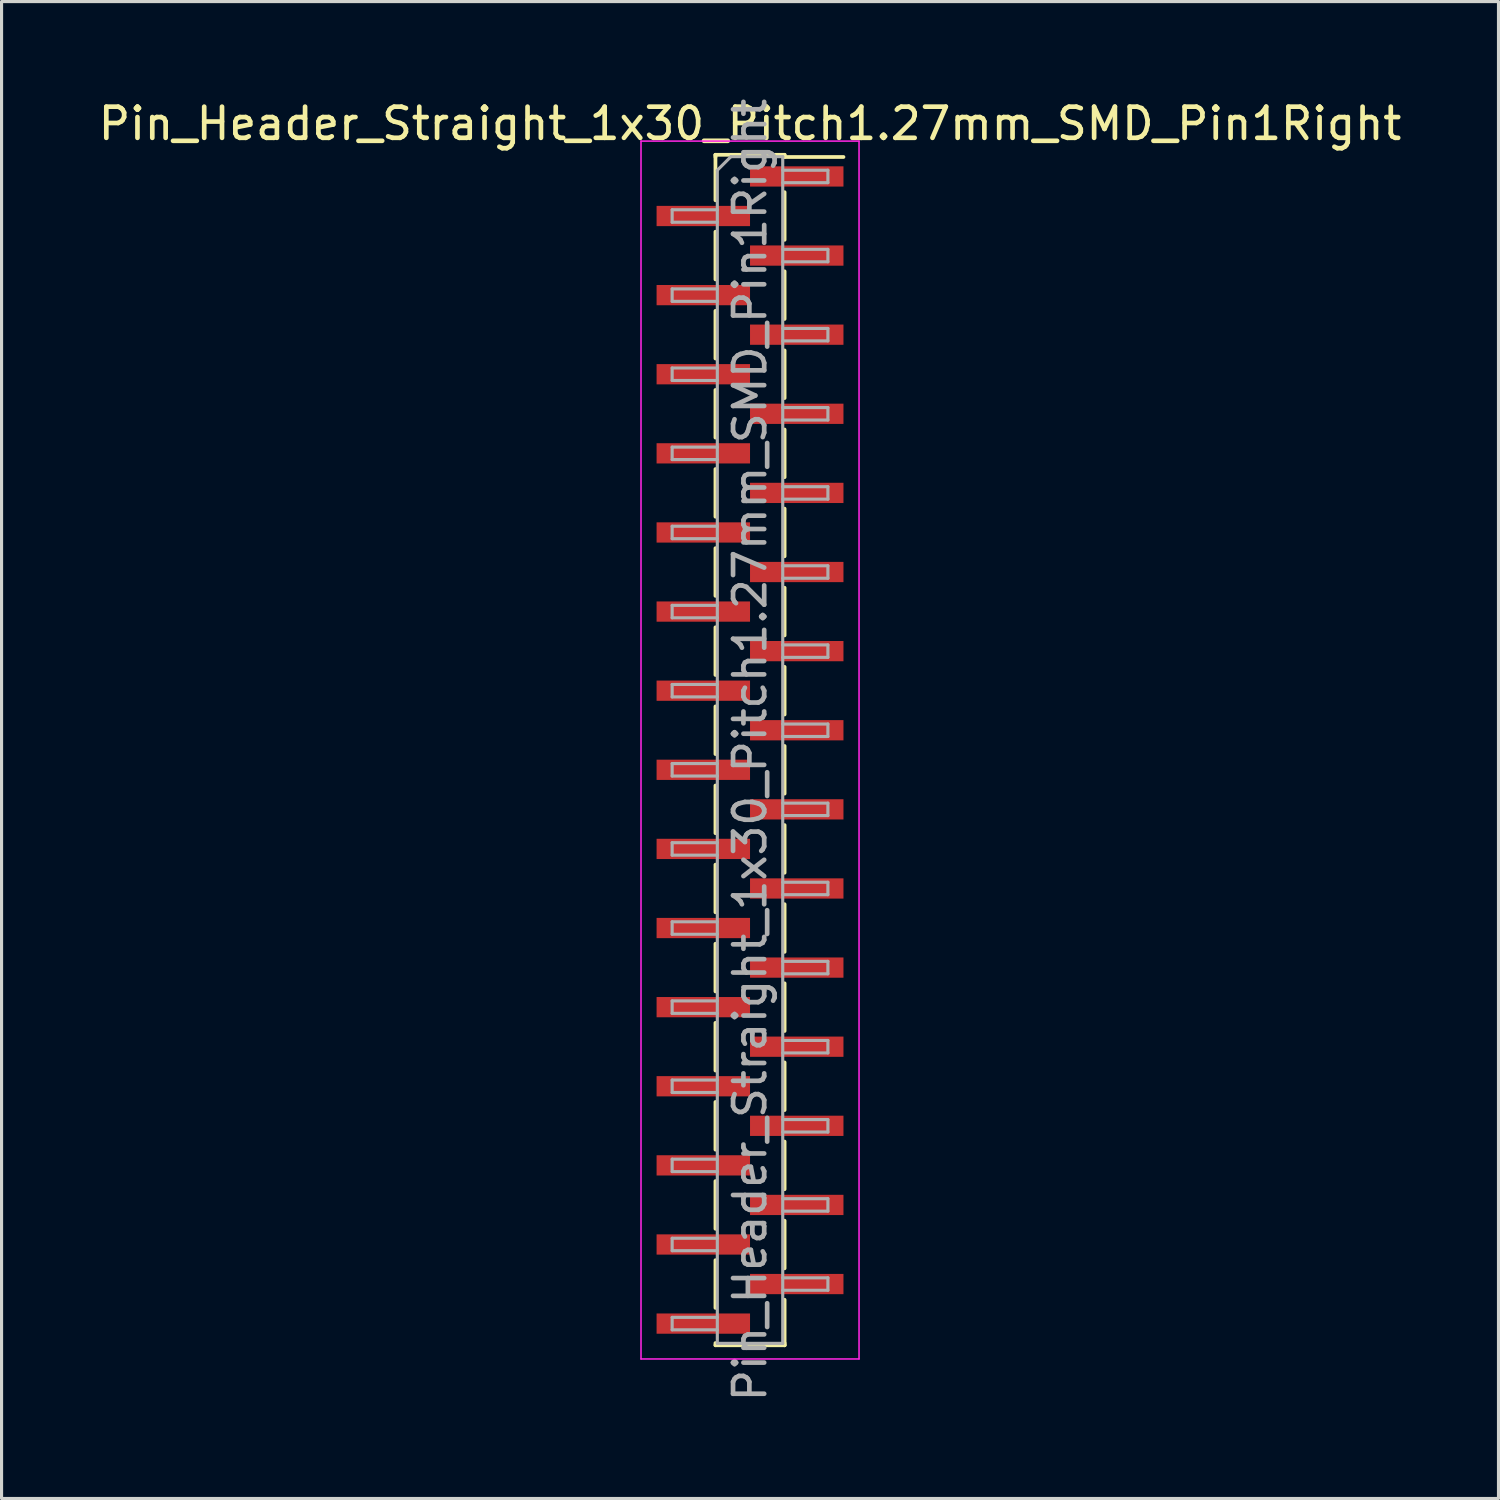
<source format=kicad_pcb>
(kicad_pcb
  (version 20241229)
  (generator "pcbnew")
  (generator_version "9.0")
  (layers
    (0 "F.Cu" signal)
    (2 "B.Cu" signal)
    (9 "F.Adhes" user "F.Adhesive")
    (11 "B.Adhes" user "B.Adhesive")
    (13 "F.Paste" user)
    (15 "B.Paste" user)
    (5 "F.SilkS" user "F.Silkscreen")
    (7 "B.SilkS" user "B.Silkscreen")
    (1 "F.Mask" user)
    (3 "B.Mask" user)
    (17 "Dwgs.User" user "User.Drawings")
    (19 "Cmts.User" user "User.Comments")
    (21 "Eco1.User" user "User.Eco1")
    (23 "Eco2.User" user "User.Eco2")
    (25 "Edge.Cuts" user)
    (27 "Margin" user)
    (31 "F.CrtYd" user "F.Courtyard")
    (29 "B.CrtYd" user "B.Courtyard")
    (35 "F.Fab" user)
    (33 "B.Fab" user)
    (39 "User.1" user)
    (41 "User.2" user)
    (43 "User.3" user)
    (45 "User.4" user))
  (footprint "Pin_Header_Straight_1x30_Pitch1.27mm_SMD_Pin1Right"
    (layer "F.Cu")
    (at 21.03 21.03)
    (property "Reference" "Pin_Header_Straight_1x30_Pitch1.27mm_SMD_Pin1Right" (at 0 -20.11 0) (layer "F.SilkS") (effects (font (size 1 1) (thickness 0.15))))
    (attr smd)
    (fp_line (start -1.11 -19.11) (end -1.11 -17.65) (stroke (width 0.12) (type solid)) (layer "F.SilkS"))
    (fp_line (start -1.11 -19.11) (end 1.11 -19.11) (stroke (width 0.12) (type solid)) (layer "F.SilkS"))
    (fp_line (start -1.11 -19.04) (end -1.11 -19.11) (stroke (width 0.12) (type solid)) (layer "F.SilkS"))
    (fp_line (start -1.11 -16.64) (end -1.11 -15.11) (stroke (width 0.12) (type solid)) (layer "F.SilkS"))
    (fp_line (start -1.11 -14.1) (end -1.11 -12.57) (stroke (width 0.12) (type solid)) (layer "F.SilkS"))
    (fp_line (start -1.11 -11.56) (end -1.11 -10.03) (stroke (width 0.12) (type solid)) (layer "F.SilkS"))
    (fp_line (start -1.11 -9.02) (end -1.11 -7.49) (stroke (width 0.12) (type solid)) (layer "F.SilkS"))
    (fp_line (start -1.11 -6.48) (end -1.11 -4.95) (stroke (width 0.12) (type solid)) (layer "F.SilkS"))
    (fp_line (start -1.11 -3.94) (end -1.11 -2.41) (stroke (width 0.12) (type solid)) (layer "F.SilkS"))
    (fp_line (start -1.11 -1.4) (end -1.11 0.13) (stroke (width 0.12) (type solid)) (layer "F.SilkS"))
    (fp_line (start -1.11 1.14) (end -1.11 2.67) (stroke (width 0.12) (type solid)) (layer "F.SilkS"))
    (fp_line (start -1.11 3.68) (end -1.11 5.21) (stroke (width 0.12) (type solid)) (layer "F.SilkS"))
    (fp_line (start -1.11 6.22) (end -1.11 7.75) (stroke (width 0.12) (type solid)) (layer "F.SilkS"))
    (fp_line (start -1.11 8.76) (end -1.11 10.29) (stroke (width 0.12) (type solid)) (layer "F.SilkS"))
    (fp_line (start -1.11 11.3) (end -1.11 12.83) (stroke (width 0.12) (type solid)) (layer "F.SilkS"))
    (fp_line (start -1.11 13.84) (end -1.11 15.37) (stroke (width 0.12) (type solid)) (layer "F.SilkS"))
    (fp_line (start -1.11 16.38) (end -1.11 17.91) (stroke (width 0.12) (type solid)) (layer "F.SilkS"))
    (fp_line (start -1.11 19.04) (end -1.11 19.11) (stroke (width 0.12) (type solid)) (layer "F.SilkS"))
    (fp_line (start -1.11 19.11) (end 1.11 19.11) (stroke (width 0.12) (type solid)) (layer "F.SilkS"))
    (fp_line (start 1.11 -19.11) (end 1.11 -19.04) (stroke (width 0.12) (type solid)) (layer "F.SilkS"))
    (fp_line (start 1.11 -19.04) (end 3 -19.04) (stroke (width 0.12) (type solid)) (layer "F.SilkS"))
    (fp_line (start 1.11 -17.91) (end 1.11 -16.38) (stroke (width 0.12) (type solid)) (layer "F.SilkS"))
    (fp_line (start 1.11 -15.37) (end 1.11 -13.84) (stroke (width 0.12) (type solid)) (layer "F.SilkS"))
    (fp_line (start 1.11 -12.83) (end 1.11 -11.3) (stroke (width 0.12) (type solid)) (layer "F.SilkS"))
    (fp_line (start 1.11 -10.29) (end 1.11 -8.76) (stroke (width 0.12) (type solid)) (layer "F.SilkS"))
    (fp_line (start 1.11 -7.75) (end 1.11 -6.22) (stroke (width 0.12) (type solid)) (layer "F.SilkS"))
    (fp_line (start 1.11 -5.21) (end 1.11 -3.68) (stroke (width 0.12) (type solid)) (layer "F.SilkS"))
    (fp_line (start 1.11 -2.67) (end 1.11 -1.14) (stroke (width 0.12) (type solid)) (layer "F.SilkS"))
    (fp_line (start 1.11 -0.13) (end 1.11 1.4) (stroke (width 0.12) (type solid)) (layer "F.SilkS"))
    (fp_line (start 1.11 2.41) (end 1.11 3.94) (stroke (width 0.12) (type solid)) (layer "F.SilkS"))
    (fp_line (start 1.11 4.95) (end 1.11 6.48) (stroke (width 0.12) (type solid)) (layer "F.SilkS"))
    (fp_line (start 1.11 7.49) (end 1.11 9.02) (stroke (width 0.12) (type solid)) (layer "F.SilkS"))
    (fp_line (start 1.11 10.03) (end 1.11 11.56) (stroke (width 0.12) (type solid)) (layer "F.SilkS"))
    (fp_line (start 1.11 12.57) (end 1.11 14.1) (stroke (width 0.12) (type solid)) (layer "F.SilkS"))
    (fp_line (start 1.11 15.11) (end 1.11 16.64) (stroke (width 0.12) (type solid)) (layer "F.SilkS"))
    (fp_line (start 1.11 17.65) (end 1.11 19.11) (stroke (width 0.12) (type solid)) (layer "F.SilkS"))
    (fp_line (start 1.11 19.11) (end 1.11 19.04) (stroke (width 0.12) (type solid)) (layer "F.SilkS"))
    (fp_line (start -3.5 -19.55) (end -3.5 19.55) (stroke (width 0.05) (type solid)) (layer "F.CrtYd"))
    (fp_line (start -3.5 19.55) (end 3.5 19.55) (stroke (width 0.05) (type solid)) (layer "F.CrtYd"))
    (fp_line (start 3.5 -19.55) (end -3.5 -19.55) (stroke (width 0.05) (type solid)) (layer "F.CrtYd"))
    (fp_line (start 3.5 19.55) (end 3.5 -19.55) (stroke (width 0.05) (type solid)) (layer "F.CrtYd"))
    (fp_line (start -2.5 -17.345) (end -2.5 -16.945) (stroke (width 0.1) (type solid)) (layer "F.Fab"))
    (fp_line (start -2.5 -16.945) (end -1.05 -16.945) (stroke (width 0.1) (type solid)) (layer "F.Fab"))
    (fp_line (start -2.5 -14.805) (end -2.5 -14.405) (stroke (width 0.1) (type solid)) (layer "F.Fab"))
    (fp_line (start -2.5 -14.405) (end -1.05 -14.405) (stroke (width 0.1) (type solid)) (layer "F.Fab"))
    (fp_line (start -2.5 -12.265) (end -2.5 -11.865) (stroke (width 0.1) (type solid)) (layer "F.Fab"))
    (fp_line (start -2.5 -11.865) (end -1.05 -11.865) (stroke (width 0.1) (type solid)) (layer "F.Fab"))
    (fp_line (start -2.5 -9.725) (end -2.5 -9.325) (stroke (width 0.1) (type solid)) (layer "F.Fab"))
    (fp_line (start -2.5 -9.325) (end -1.05 -9.325) (stroke (width 0.1) (type solid)) (layer "F.Fab"))
    (fp_line (start -2.5 -7.185) (end -2.5 -6.785) (stroke (width 0.1) (type solid)) (layer "F.Fab"))
    (fp_line (start -2.5 -6.785) (end -1.05 -6.785) (stroke (width 0.1) (type solid)) (layer "F.Fab"))
    (fp_line (start -2.5 -4.645) (end -2.5 -4.245) (stroke (width 0.1) (type solid)) (layer "F.Fab"))
    (fp_line (start -2.5 -4.245) (end -1.05 -4.245) (stroke (width 0.1) (type solid)) (layer "F.Fab"))
    (fp_line (start -2.5 -2.105) (end -2.5 -1.705) (stroke (width 0.1) (type solid)) (layer "F.Fab"))
    (fp_line (start -2.5 -1.705) (end -1.05 -1.705) (stroke (width 0.1) (type solid)) (layer "F.Fab"))
    (fp_line (start -2.5 0.435) (end -2.5 0.835) (stroke (width 0.1) (type solid)) (layer "F.Fab"))
    (fp_line (start -2.5 0.835) (end -1.05 0.835) (stroke (width 0.1) (type solid)) (layer "F.Fab"))
    (fp_line (start -2.5 2.975) (end -2.5 3.375) (stroke (width 0.1) (type solid)) (layer "F.Fab"))
    (fp_line (start -2.5 3.375) (end -1.05 3.375) (stroke (width 0.1) (type solid)) (layer "F.Fab"))
    (fp_line (start -2.5 5.515) (end -2.5 5.915) (stroke (width 0.1) (type solid)) (layer "F.Fab"))
    (fp_line (start -2.5 5.915) (end -1.05 5.915) (stroke (width 0.1) (type solid)) (layer "F.Fab"))
    (fp_line (start -2.5 8.055) (end -2.5 8.455) (stroke (width 0.1) (type solid)) (layer "F.Fab"))
    (fp_line (start -2.5 8.455) (end -1.05 8.455) (stroke (width 0.1) (type solid)) (layer "F.Fab"))
    (fp_line (start -2.5 10.595) (end -2.5 10.995) (stroke (width 0.1) (type solid)) (layer "F.Fab"))
    (fp_line (start -2.5 10.995) (end -1.05 10.995) (stroke (width 0.1) (type solid)) (layer "F.Fab"))
    (fp_line (start -2.5 13.135) (end -2.5 13.535) (stroke (width 0.1) (type solid)) (layer "F.Fab"))
    (fp_line (start -2.5 13.535) (end -1.05 13.535) (stroke (width 0.1) (type solid)) (layer "F.Fab"))
    (fp_line (start -2.5 15.675) (end -2.5 16.075) (stroke (width 0.1) (type solid)) (layer "F.Fab"))
    (fp_line (start -2.5 16.075) (end -1.05 16.075) (stroke (width 0.1) (type solid)) (layer "F.Fab"))
    (fp_line (start -2.5 18.215) (end -2.5 18.615) (stroke (width 0.1) (type solid)) (layer "F.Fab"))
    (fp_line (start -2.5 18.615) (end -1.05 18.615) (stroke (width 0.1) (type solid)) (layer "F.Fab"))
    (fp_line (start -1.05 -18.615) (end -0.615 -19.05) (stroke (width 0.1) (type solid)) (layer "F.Fab"))
    (fp_line (start -1.05 -17.345) (end -2.5 -17.345) (stroke (width 0.1) (type solid)) (layer "F.Fab"))
    (fp_line (start -1.05 -14.805) (end -2.5 -14.805) (stroke (width 0.1) (type solid)) (layer "F.Fab"))
    (fp_line (start -1.05 -12.265) (end -2.5 -12.265) (stroke (width 0.1) (type solid)) (layer "F.Fab"))
    (fp_line (start -1.05 -9.725) (end -2.5 -9.725) (stroke (width 0.1) (type solid)) (layer "F.Fab"))
    (fp_line (start -1.05 -7.185) (end -2.5 -7.185) (stroke (width 0.1) (type solid)) (layer "F.Fab"))
    (fp_line (start -1.05 -4.645) (end -2.5 -4.645) (stroke (width 0.1) (type solid)) (layer "F.Fab"))
    (fp_line (start -1.05 -2.105) (end -2.5 -2.105) (stroke (width 0.1) (type solid)) (layer "F.Fab"))
    (fp_line (start -1.05 0.435) (end -2.5 0.435) (stroke (width 0.1) (type solid)) (layer "F.Fab"))
    (fp_line (start -1.05 2.975) (end -2.5 2.975) (stroke (width 0.1) (type solid)) (layer "F.Fab"))
    (fp_line (start -1.05 5.515) (end -2.5 5.515) (stroke (width 0.1) (type solid)) (layer "F.Fab"))
    (fp_line (start -1.05 8.055) (end -2.5 8.055) (stroke (width 0.1) (type solid)) (layer "F.Fab"))
    (fp_line (start -1.05 10.595) (end -2.5 10.595) (stroke (width 0.1) (type solid)) (layer "F.Fab"))
    (fp_line (start -1.05 13.135) (end -2.5 13.135) (stroke (width 0.1) (type solid)) (layer "F.Fab"))
    (fp_line (start -1.05 15.675) (end -2.5 15.675) (stroke (width 0.1) (type solid)) (layer "F.Fab"))
    (fp_line (start -1.05 18.215) (end -2.5 18.215) (stroke (width 0.1) (type solid)) (layer "F.Fab"))
    (fp_line (start -1.05 19.05) (end -1.05 -18.615) (stroke (width 0.1) (type solid)) (layer "F.Fab"))
    (fp_line (start -0.615 -19.05) (end 1.05 -19.05) (stroke (width 0.1) (type solid)) (layer "F.Fab"))
    (fp_line (start 1.05 -19.05) (end 1.05 19.05) (stroke (width 0.1) (type solid)) (layer "F.Fab"))
    (fp_line (start 1.05 -18.615) (end 2.5 -18.615) (stroke (width 0.1) (type solid)) (layer "F.Fab"))
    (fp_line (start 1.05 -16.075) (end 2.5 -16.075) (stroke (width 0.1) (type solid)) (layer "F.Fab"))
    (fp_line (start 1.05 -13.535) (end 2.5 -13.535) (stroke (width 0.1) (type solid)) (layer "F.Fab"))
    (fp_line (start 1.05 -10.995) (end 2.5 -10.995) (stroke (width 0.1) (type solid)) (layer "F.Fab"))
    (fp_line (start 1.05 -8.455) (end 2.5 -8.455) (stroke (width 0.1) (type solid)) (layer "F.Fab"))
    (fp_line (start 1.05 -5.915) (end 2.5 -5.915) (stroke (width 0.1) (type solid)) (layer "F.Fab"))
    (fp_line (start 1.05 -3.375) (end 2.5 -3.375) (stroke (width 0.1) (type solid)) (layer "F.Fab"))
    (fp_line (start 1.05 -0.835) (end 2.5 -0.835) (stroke (width 0.1) (type solid)) (layer "F.Fab"))
    (fp_line (start 1.05 1.705) (end 2.5 1.705) (stroke (width 0.1) (type solid)) (layer "F.Fab"))
    (fp_line (start 1.05 4.245) (end 2.5 4.245) (stroke (width 0.1) (type solid)) (layer "F.Fab"))
    (fp_line (start 1.05 6.785) (end 2.5 6.785) (stroke (width 0.1) (type solid)) (layer "F.Fab"))
    (fp_line (start 1.05 9.325) (end 2.5 9.325) (stroke (width 0.1) (type solid)) (layer "F.Fab"))
    (fp_line (start 1.05 11.865) (end 2.5 11.865) (stroke (width 0.1) (type solid)) (layer "F.Fab"))
    (fp_line (start 1.05 14.405) (end 2.5 14.405) (stroke (width 0.1) (type solid)) (layer "F.Fab"))
    (fp_line (start 1.05 16.945) (end 2.5 16.945) (stroke (width 0.1) (type solid)) (layer "F.Fab"))
    (fp_line (start 1.05 19.05) (end -1.05 19.05) (stroke (width 0.1) (type solid)) (layer "F.Fab"))
    (fp_line (start 2.5 -18.615) (end 2.5 -18.215) (stroke (width 0.1) (type solid)) (layer "F.Fab"))
    (fp_line (start 2.5 -18.215) (end 1.05 -18.215) (stroke (width 0.1) (type solid)) (layer "F.Fab"))
    (fp_line (start 2.5 -16.075) (end 2.5 -15.675) (stroke (width 0.1) (type solid)) (layer "F.Fab"))
    (fp_line (start 2.5 -15.675) (end 1.05 -15.675) (stroke (width 0.1) (type solid)) (layer "F.Fab"))
    (fp_line (start 2.5 -13.535) (end 2.5 -13.135) (stroke (width 0.1) (type solid)) (layer "F.Fab"))
    (fp_line (start 2.5 -13.135) (end 1.05 -13.135) (stroke (width 0.1) (type solid)) (layer "F.Fab"))
    (fp_line (start 2.5 -10.995) (end 2.5 -10.595) (stroke (width 0.1) (type solid)) (layer "F.Fab"))
    (fp_line (start 2.5 -10.595) (end 1.05 -10.595) (stroke (width 0.1) (type solid)) (layer "F.Fab"))
    (fp_line (start 2.5 -8.455) (end 2.5 -8.055) (stroke (width 0.1) (type solid)) (layer "F.Fab"))
    (fp_line (start 2.5 -8.055) (end 1.05 -8.055) (stroke (width 0.1) (type solid)) (layer "F.Fab"))
    (fp_line (start 2.5 -5.915) (end 2.5 -5.515) (stroke (width 0.1) (type solid)) (layer "F.Fab"))
    (fp_line (start 2.5 -5.515) (end 1.05 -5.515) (stroke (width 0.1) (type solid)) (layer "F.Fab"))
    (fp_line (start 2.5 -3.375) (end 2.5 -2.975) (stroke (width 0.1) (type solid)) (layer "F.Fab"))
    (fp_line (start 2.5 -2.975) (end 1.05 -2.975) (stroke (width 0.1) (type solid)) (layer "F.Fab"))
    (fp_line (start 2.5 -0.835) (end 2.5 -0.435) (stroke (width 0.1) (type solid)) (layer "F.Fab"))
    (fp_line (start 2.5 -0.435) (end 1.05 -0.435) (stroke (width 0.1) (type solid)) (layer "F.Fab"))
    (fp_line (start 2.5 1.705) (end 2.5 2.105) (stroke (width 0.1) (type solid)) (layer "F.Fab"))
    (fp_line (start 2.5 2.105) (end 1.05 2.105) (stroke (width 0.1) (type solid)) (layer "F.Fab"))
    (fp_line (start 2.5 4.245) (end 2.5 4.645) (stroke (width 0.1) (type solid)) (layer "F.Fab"))
    (fp_line (start 2.5 4.645) (end 1.05 4.645) (stroke (width 0.1) (type solid)) (layer "F.Fab"))
    (fp_line (start 2.5 6.785) (end 2.5 7.185) (stroke (width 0.1) (type solid)) (layer "F.Fab"))
    (fp_line (start 2.5 7.185) (end 1.05 7.185) (stroke (width 0.1) (type solid)) (layer "F.Fab"))
    (fp_line (start 2.5 9.325) (end 2.5 9.725) (stroke (width 0.1) (type solid)) (layer "F.Fab"))
    (fp_line (start 2.5 9.725) (end 1.05 9.725) (stroke (width 0.1) (type solid)) (layer "F.Fab"))
    (fp_line (start 2.5 11.865) (end 2.5 12.265) (stroke (width 0.1) (type solid)) (layer "F.Fab"))
    (fp_line (start 2.5 12.265) (end 1.05 12.265) (stroke (width 0.1) (type solid)) (layer "F.Fab"))
    (fp_line (start 2.5 14.405) (end 2.5 14.805) (stroke (width 0.1) (type solid)) (layer "F.Fab"))
    (fp_line (start 2.5 14.805) (end 1.05 14.805) (stroke (width 0.1) (type solid)) (layer "F.Fab"))
    (fp_line (start 2.5 16.945) (end 2.5 17.345) (stroke (width 0.1) (type solid)) (layer "F.Fab"))
    (fp_line (start 2.5 17.345) (end 1.05 17.345) (stroke (width 0.1) (type solid)) (layer "F.Fab"))
    (fp_text user "${REFERENCE}" (at 0 0 90) (layer "F.Fab") (effects (font (size 1 1) (thickness 0.15))))
    (pad "1" smd rect (at 1.5 -18.415) (size 3 0.65) (layers "F.Cu" "F.Mask" "F.Paste"))
    (pad "2" smd rect (at -1.5 -17.145) (size 3 0.65) (layers "F.Cu" "F.Mask" "F.Paste"))
    (pad "3" smd rect (at 1.5 -15.875) (size 3 0.65) (layers "F.Cu" "F.Mask" "F.Paste"))
    (pad "4" smd rect (at -1.5 -14.605) (size 3 0.65) (layers "F.Cu" "F.Mask" "F.Paste"))
    (pad "5" smd rect (at 1.5 -13.335) (size 3 0.65) (layers "F.Cu" "F.Mask" "F.Paste"))
    (pad "6" smd rect (at -1.5 -12.065) (size 3 0.65) (layers "F.Cu" "F.Mask" "F.Paste"))
    (pad "7" smd rect (at 1.5 -10.795) (size 3 0.65) (layers "F.Cu" "F.Mask" "F.Paste"))
    (pad "8" smd rect (at -1.5 -9.525) (size 3 0.65) (layers "F.Cu" "F.Mask" "F.Paste"))
    (pad "9" smd rect (at 1.5 -8.255) (size 3 0.65) (layers "F.Cu" "F.Mask" "F.Paste"))
    (pad "10" smd rect (at -1.5 -6.985) (size 3 0.65) (layers "F.Cu" "F.Mask" "F.Paste"))
    (pad "11" smd rect (at 1.5 -5.715) (size 3 0.65) (layers "F.Cu" "F.Mask" "F.Paste"))
    (pad "12" smd rect (at -1.5 -4.445) (size 3 0.65) (layers "F.Cu" "F.Mask" "F.Paste"))
    (pad "13" smd rect (at 1.5 -3.175) (size 3 0.65) (layers "F.Cu" "F.Mask" "F.Paste"))
    (pad "14" smd rect (at -1.5 -1.905) (size 3 0.65) (layers "F.Cu" "F.Mask" "F.Paste"))
    (pad "15" smd rect (at 1.5 -0.635) (size 3 0.65) (layers "F.Cu" "F.Mask" "F.Paste"))
    (pad "16" smd rect (at -1.5 0.635) (size 3 0.65) (layers "F.Cu" "F.Mask" "F.Paste"))
    (pad "17" smd rect (at 1.5 1.905) (size 3 0.65) (layers "F.Cu" "F.Mask" "F.Paste"))
    (pad "18" smd rect (at -1.5 3.175) (size 3 0.65) (layers "F.Cu" "F.Mask" "F.Paste"))
    (pad "19" smd rect (at 1.5 4.445) (size 3 0.65) (layers "F.Cu" "F.Mask" "F.Paste"))
    (pad "20" smd rect (at -1.5 5.715) (size 3 0.65) (layers "F.Cu" "F.Mask" "F.Paste"))
    (pad "21" smd rect (at 1.5 6.985) (size 3 0.65) (layers "F.Cu" "F.Mask" "F.Paste"))
    (pad "22" smd rect (at -1.5 8.255) (size 3 0.65) (layers "F.Cu" "F.Mask" "F.Paste"))
    (pad "23" smd rect (at 1.5 9.525) (size 3 0.65) (layers "F.Cu" "F.Mask" "F.Paste"))
    (pad "24" smd rect (at -1.5 10.795) (size 3 0.65) (layers "F.Cu" "F.Mask" "F.Paste"))
    (pad "25" smd rect (at 1.5 12.065) (size 3 0.65) (layers "F.Cu" "F.Mask" "F.Paste"))
    (pad "26" smd rect (at -1.5 13.335) (size 3 0.65) (layers "F.Cu" "F.Mask" "F.Paste"))
    (pad "27" smd rect (at 1.5 14.605) (size 3 0.65) (layers "F.Cu" "F.Mask" "F.Paste"))
    (pad "28" smd rect (at -1.5 15.875) (size 3 0.65) (layers "F.Cu" "F.Mask" "F.Paste"))
    (pad "29" smd rect (at 1.5 17.145) (size 3 0.65) (layers "F.Cu" "F.Mask" "F.Paste"))
    (pad "30" smd rect (at -1.5 18.415) (size 3 0.65) (layers "F.Cu" "F.Mask" "F.Paste")))
  (gr_rect
    (start -3 -3)
    (end 45.06 45.06)
    (stroke (width 0.1) (type default))
    (fill no)
    (layer "Edge.Cuts")))
</source>
